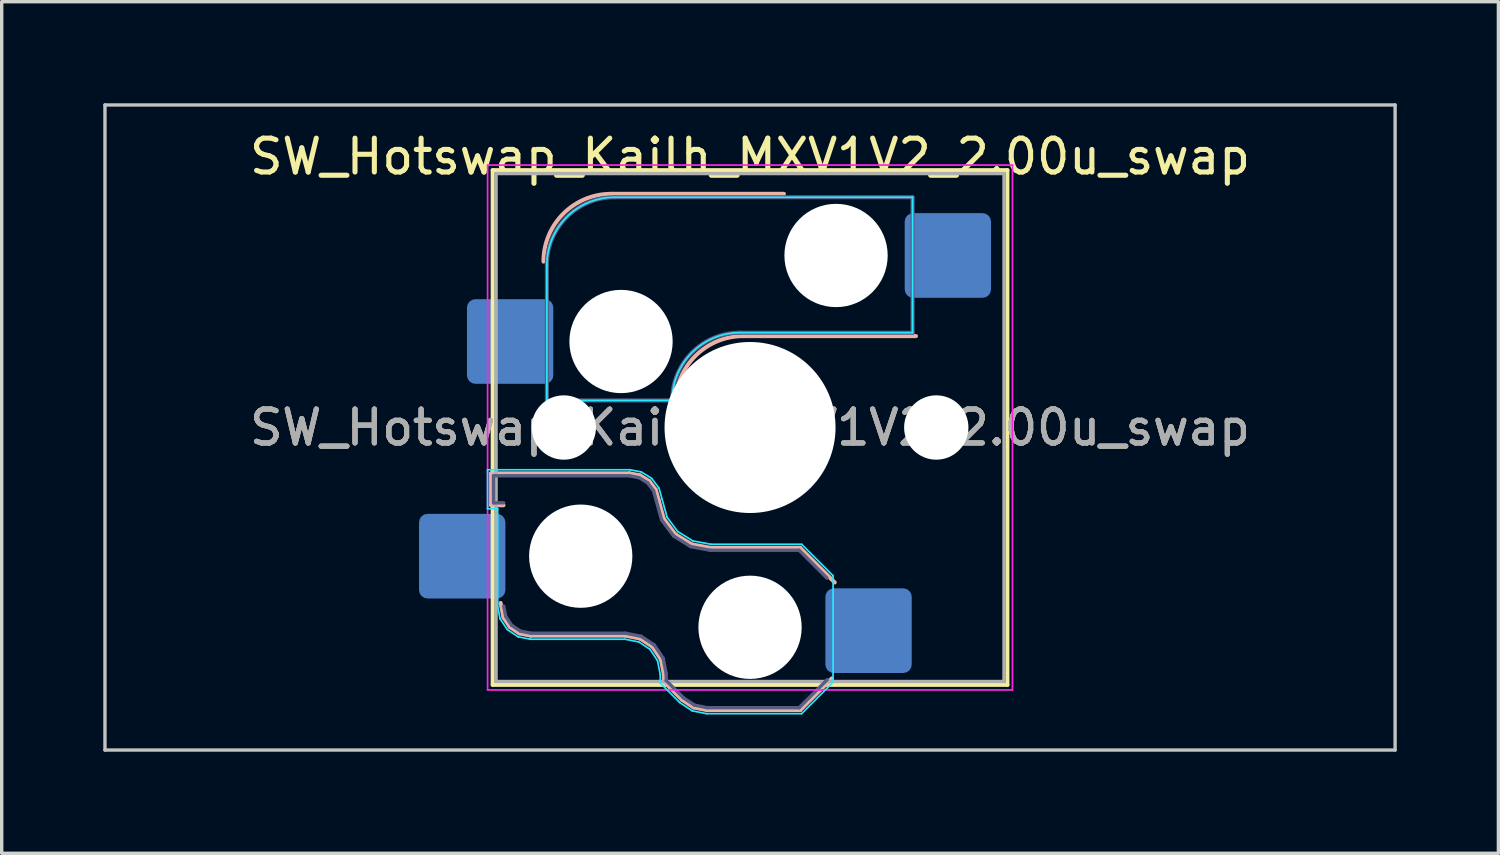
<source format=kicad_pcb>
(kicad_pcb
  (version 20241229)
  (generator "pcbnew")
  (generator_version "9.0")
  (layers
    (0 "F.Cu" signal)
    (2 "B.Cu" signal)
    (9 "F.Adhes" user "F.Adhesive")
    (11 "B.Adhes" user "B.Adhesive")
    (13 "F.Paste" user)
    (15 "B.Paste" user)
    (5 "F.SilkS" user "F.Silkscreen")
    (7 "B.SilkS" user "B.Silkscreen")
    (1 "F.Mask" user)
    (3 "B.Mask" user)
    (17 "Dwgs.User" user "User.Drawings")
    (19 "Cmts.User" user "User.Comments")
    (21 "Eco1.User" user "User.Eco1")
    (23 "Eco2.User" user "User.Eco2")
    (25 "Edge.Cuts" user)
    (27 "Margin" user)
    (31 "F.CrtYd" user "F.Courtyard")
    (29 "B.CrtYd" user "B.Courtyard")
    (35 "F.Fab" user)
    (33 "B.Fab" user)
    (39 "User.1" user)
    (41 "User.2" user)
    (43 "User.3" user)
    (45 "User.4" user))
  (footprint "SW_Hotswap_Kailh_MXV1V2_2.00u_swap"
    (layer "F.Cu")
    (at 19.1 9.575)
    (property "Reference" "SW_Hotswap_Kailh_MXV1V2_2.00u_swap" (at 0 -8 0) (layer "F.SilkS") (effects (font (size 1 1) (thickness 0.15))))
    (attr smd)
    (fp_line (start -7.6 -7.6) (end -7.6 7.6) (stroke (width 0.12) (type solid)) (layer "F.SilkS"))
    (fp_line (start -7.6 7.6) (end 7.6 7.6) (stroke (width 0.12) (type solid)) (layer "F.SilkS"))
    (fp_line (start 7.6 -7.6) (end -7.6 -7.6) (stroke (width 0.12) (type solid)) (layer "F.SilkS"))
    (fp_line (start 7.6 7.6) (end 7.6 -7.6) (stroke (width 0.12) (type solid)) (layer "F.SilkS"))
    (fp_line (start -7.646 1.354) (end -3.56 1.354) (stroke (width 0.12) (type solid)) (layer "B.SilkS"))
    (fp_line (start -7.646 2.296) (end -7.646 1.354) (stroke (width 0.12) (type solid)) (layer "B.SilkS"))
    (fp_line (start -7.283 2.296) (end -7.646 2.296) (stroke (width 0.12) (type solid)) (layer "B.SilkS"))
    (fp_line (start -7.281 5.609) (end -7.366 5.182) (stroke (width 0.12) (type solid)) (layer "B.SilkS"))
    (fp_line (start -7.092 5.892) (end -7.281 5.609) (stroke (width 0.12) (type solid)) (layer "B.SilkS"))
    (fp_line (start -6.809 6.081) (end -7.092 5.892) (stroke (width 0.12) (type solid)) (layer "B.SilkS"))
    (fp_line (start -6.482 6.146) (end -6.809 6.081) (stroke (width 0.12) (type solid)) (layer "B.SilkS"))
    (fp_line (start -4.1 -6.9) (end 1 -6.9) (stroke (width 0.12) (type solid)) (layer "B.SilkS"))
    (fp_line (start -3.682 6.146) (end -6.482 6.146) (stroke (width 0.12) (type solid)) (layer "B.SilkS"))
    (fp_line (start -3.56 1.354) (end -3.25 1.413) (stroke (width 0.12) (type solid)) (layer "B.SilkS"))
    (fp_line (start -3.25 1.413) (end -2.976 1.583) (stroke (width 0.12) (type solid)) (layer "B.SilkS"))
    (fp_line (start -3.244 6.233) (end -3.682 6.146) (stroke (width 0.12) (type solid)) (layer "B.SilkS"))
    (fp_line (start -2.976 1.583) (end -2.783 1.841) (stroke (width 0.12) (type solid)) (layer "B.SilkS"))
    (fp_line (start -2.877 6.477) (end -3.244 6.233) (stroke (width 0.12) (type solid)) (layer "B.SilkS"))
    (fp_line (start -2.783 1.841) (end -2.701 2.139) (stroke (width 0.12) (type solid)) (layer "B.SilkS"))
    (fp_line (start -2.701 2.139) (end -2.547 2.697) (stroke (width 0.12) (type solid)) (layer "B.SilkS"))
    (fp_line (start -2.633 6.844) (end -2.877 6.477) (stroke (width 0.12) (type solid)) (layer "B.SilkS"))
    (fp_line (start -2.547 2.697) (end -2.209 3.15) (stroke (width 0.12) (type solid)) (layer "B.SilkS"))
    (fp_line (start -2.546 7.282) (end -2.633 6.844) (stroke (width 0.12) (type solid)) (layer "B.SilkS"))
    (fp_line (start -2.546 7.504) (end -2.546 7.282) (stroke (width 0.12) (type solid)) (layer "B.SilkS"))
    (fp_line (start -2.209 3.15) (end -1.73 3.449) (stroke (width 0.12) (type solid)) (layer "B.SilkS"))
    (fp_line (start -2.013 8.037) (end -2.546 7.504) (stroke (width 0.12) (type solid)) (layer "B.SilkS"))
    (fp_line (start -1.73 3.449) (end -1.168 3.554) (stroke (width 0.12) (type solid)) (layer "B.SilkS"))
    (fp_line (start -1.671 8.266) (end -2.013 8.037) (stroke (width 0.12) (type solid)) (layer "B.SilkS"))
    (fp_line (start -1.268 8.346) (end -1.671 8.266) (stroke (width 0.12) (type solid)) (layer "B.SilkS"))
    (fp_line (start -1.168 3.554) (end 1.479 3.554) (stroke (width 0.12) (type solid)) (layer "B.SilkS"))
    (fp_line (start -0.2 -2.7) (end 4.9 -2.7) (stroke (width 0.12) (type solid)) (layer "B.SilkS"))
    (fp_line (start 1.479 3.554) (end 2.5 4.575) (stroke (width 0.12) (type solid)) (layer "B.SilkS"))
    (fp_line (start 1.479 8.346) (end -1.268 8.346) (stroke (width 0.12) (type solid)) (layer "B.SilkS"))
    (fp_line (start 2.416 7.409) (end 1.479 8.346) (stroke (width 0.12) (type solid)) (layer "B.SilkS"))
    (fp_arc (start -6.1 -4.9) (mid -5.514214 -6.314214) (end -4.1 -6.9) (stroke (width 0.12) (type solid)) (layer "B.SilkS"))
    (fp_arc (start -2.2 -0.7) (mid -1.614214 -2.114214) (end -0.2 -2.7) (stroke (width 0.12) (type solid)) (layer "B.SilkS"))
    (fp_line (start -19.05 -9.525) (end -19.05 9.525) (stroke (width 0.1) (type solid)) (layer "Dwgs.User"))
    (fp_line (start -19.05 9.525) (end 19.05 9.525) (stroke (width 0.1) (type solid)) (layer "Dwgs.User"))
    (fp_line (start 19.05 -9.525) (end -19.05 -9.525) (stroke (width 0.1) (type solid)) (layer "Dwgs.User"))
    (fp_line (start 19.05 9.525) (end 19.05 -9.525) (stroke (width 0.1) (type solid)) (layer "Dwgs.User"))
    (fp_line (start -7.752 1.248) (end -3.55 1.248) (stroke (width 0.05) (type solid)) (layer "B.CrtYd"))
    (fp_line (start -7.752 2.402) (end -7.752 1.248) (stroke (width 0.05) (type solid)) (layer "B.CrtYd"))
    (fp_line (start -7.452 2.402) (end -7.752 2.402) (stroke (width 0.05) (type solid)) (layer "B.CrtYd"))
    (fp_line (start -7.452 5.292) (end -7.452 2.402) (stroke (width 0.05) (type solid)) (layer "B.CrtYd"))
    (fp_line (start -7.381 5.65) (end -7.452 5.292) (stroke (width 0.05) (type solid)) (layer "B.CrtYd"))
    (fp_line (start -7.168 5.968) (end -7.381 5.65) (stroke (width 0.05) (type solid)) (layer "B.CrtYd"))
    (fp_line (start -6.85 6.181) (end -7.168 5.968) (stroke (width 0.05) (type solid)) (layer "B.CrtYd"))
    (fp_line (start -6.492 6.252) (end -6.85 6.181) (stroke (width 0.05) (type solid)) (layer "B.CrtYd"))
    (fp_line (start -6 -0.8) (end -6 -4.8) (stroke (width 0.05) (type solid)) (layer "B.CrtYd"))
    (fp_line (start -6 -0.8) (end -2.3 -0.8) (stroke (width 0.05) (type solid)) (layer "B.CrtYd"))
    (fp_line (start -4 -6.8) (end 4.8 -6.8) (stroke (width 0.05) (type solid)) (layer "B.CrtYd"))
    (fp_line (start -3.692 6.252) (end -6.492 6.252) (stroke (width 0.05) (type solid)) (layer "B.CrtYd"))
    (fp_line (start -3.55 1.248) (end -3.211 1.312) (stroke (width 0.05) (type solid)) (layer "B.CrtYd"))
    (fp_line (start -3.285 6.333) (end -3.692 6.252) (stroke (width 0.05) (type solid)) (layer "B.CrtYd"))
    (fp_line (start -3.211 1.312) (end -2.903 1.503) (stroke (width 0.05) (type solid)) (layer "B.CrtYd"))
    (fp_line (start -2.953 6.553) (end -3.285 6.333) (stroke (width 0.05) (type solid)) (layer "B.CrtYd"))
    (fp_line (start -2.903 1.503) (end -2.687 1.794) (stroke (width 0.05) (type solid)) (layer "B.CrtYd"))
    (fp_line (start -2.733 6.885) (end -2.953 6.553) (stroke (width 0.05) (type solid)) (layer "B.CrtYd"))
    (fp_line (start -2.687 1.794) (end -2.599 2.111) (stroke (width 0.05) (type solid)) (layer "B.CrtYd"))
    (fp_line (start -2.652 7.292) (end -2.733 6.885) (stroke (width 0.05) (type solid)) (layer "B.CrtYd"))
    (fp_line (start -2.652 7.548) (end -2.652 7.292) (stroke (width 0.05) (type solid)) (layer "B.CrtYd"))
    (fp_line (start -2.599 2.111) (end -2.45 2.65) (stroke (width 0.05) (type solid)) (layer "B.CrtYd"))
    (fp_line (start -2.45 2.65) (end -2.136 3.071) (stroke (width 0.05) (type solid)) (layer "B.CrtYd"))
    (fp_line (start -2.136 3.071) (end -1.691 3.348) (stroke (width 0.05) (type solid)) (layer "B.CrtYd"))
    (fp_line (start -2.081 8.119) (end -2.652 7.548) (stroke (width 0.05) (type solid)) (layer "B.CrtYd"))
    (fp_line (start -1.712 8.366) (end -2.081 8.119) (stroke (width 0.05) (type solid)) (layer "B.CrtYd"))
    (fp_line (start -1.691 3.348) (end -1.159 3.448) (stroke (width 0.05) (type solid)) (layer "B.CrtYd"))
    (fp_line (start -1.278 8.452) (end -1.712 8.366) (stroke (width 0.05) (type solid)) (layer "B.CrtYd"))
    (fp_line (start -1.159 3.448) (end 1.523 3.448) (stroke (width 0.05) (type solid)) (layer "B.CrtYd"))
    (fp_line (start -0.3 -2.8) (end 4.8 -2.8) (stroke (width 0.05) (type solid)) (layer "B.CrtYd"))
    (fp_line (start 1.523 3.448) (end 2.452 4.377) (stroke (width 0.05) (type solid)) (layer "B.CrtYd"))
    (fp_line (start 1.523 8.452) (end -1.278 8.452) (stroke (width 0.05) (type solid)) (layer "B.CrtYd"))
    (fp_line (start 2.452 4.377) (end 2.452 7.523) (stroke (width 0.05) (type solid)) (layer "B.CrtYd"))
    (fp_line (start 2.452 7.523) (end 1.523 8.452) (stroke (width 0.05) (type solid)) (layer "B.CrtYd"))
    (fp_line (start 4.8 -6.8) (end 4.8 -2.8) (stroke (width 0.05) (type solid)) (layer "B.CrtYd"))
    (fp_arc (start -6 -4.8) (mid -5.414214 -6.214214) (end -4 -6.8) (stroke (width 0.05) (type solid)) (layer "B.CrtYd"))
    (fp_arc (start -2.3 -0.8) (mid -1.714214 -2.214214) (end -0.3 -2.8) (stroke (width 0.05) (type solid)) (layer "B.CrtYd"))
    (fp_line (start -7.75 -7.75) (end -7.75 7.75) (stroke (width 0.05) (type solid)) (layer "F.CrtYd"))
    (fp_line (start -7.75 7.75) (end 7.75 7.75) (stroke (width 0.05) (type solid)) (layer "F.CrtYd"))
    (fp_line (start 7.75 -7.75) (end -7.75 -7.75) (stroke (width 0.05) (type solid)) (layer "F.CrtYd"))
    (fp_line (start 7.75 7.75) (end 7.75 -7.75) (stroke (width 0.05) (type solid)) (layer "F.CrtYd"))
    (fp_line (start -7.575 1.425) (end -3.567 1.425) (stroke (width 0.1) (type solid)) (layer "B.Fab"))
    (fp_line (start -7.575 2.225) (end -7.575 1.425) (stroke (width 0.1) (type solid)) (layer "B.Fab"))
    (fp_line (start -7.275 2.225) (end -7.575 2.225) (stroke (width 0.1) (type solid)) (layer "B.Fab"))
    (fp_line (start -7.214 5.581) (end -7.275 5.275) (stroke (width 0.1) (type solid)) (layer "B.Fab"))
    (fp_line (start -7.041 5.841) (end -7.214 5.581) (stroke (width 0.1) (type solid)) (layer "B.Fab"))
    (fp_line (start -6.781 6.014) (end -7.041 5.841) (stroke (width 0.1) (type solid)) (layer "B.Fab"))
    (fp_line (start -6.475 6.075) (end -6.781 6.014) (stroke (width 0.1) (type solid)) (layer "B.Fab"))
    (fp_line (start -6 -0.8) (end -6 -4.8) (stroke (width 0.12) (type solid)) (layer "B.Fab"))
    (fp_line (start -6 -0.8) (end -2.3 -0.8) (stroke (width 0.12) (type solid)) (layer "B.Fab"))
    (fp_line (start -4 -6.8) (end 4.8 -6.8) (stroke (width 0.12) (type solid)) (layer "B.Fab"))
    (fp_line (start -3.675 6.075) (end -6.475 6.075) (stroke (width 0.1) (type solid)) (layer "B.Fab"))
    (fp_line (start -3.567 1.425) (end -3.276 1.48) (stroke (width 0.1) (type solid)) (layer "B.Fab"))
    (fp_line (start -3.276 1.48) (end -3.025 1.636) (stroke (width 0.1) (type solid)) (layer "B.Fab"))
    (fp_line (start -3.216 6.166) (end -3.675 6.075) (stroke (width 0.1) (type solid)) (layer "B.Fab"))
    (fp_line (start -3.025 1.636) (end -2.848 1.873) (stroke (width 0.1) (type solid)) (layer "B.Fab"))
    (fp_line (start -2.848 1.873) (end -2.769 2.158) (stroke (width 0.1) (type solid)) (layer "B.Fab"))
    (fp_line (start -2.826 6.426) (end -3.216 6.166) (stroke (width 0.1) (type solid)) (layer "B.Fab"))
    (fp_line (start -2.769 2.158) (end -2.612 2.729) (stroke (width 0.1) (type solid)) (layer "B.Fab"))
    (fp_line (start -2.612 2.729) (end -2.258 3.203) (stroke (width 0.1) (type solid)) (layer "B.Fab"))
    (fp_line (start -2.566 6.816) (end -2.826 6.426) (stroke (width 0.1) (type solid)) (layer "B.Fab"))
    (fp_line (start -2.475 7.275) (end -2.566 6.816) (stroke (width 0.1) (type solid)) (layer "B.Fab"))
    (fp_line (start -2.475 7.475) (end -2.475 7.275) (stroke (width 0.1) (type solid)) (layer "B.Fab"))
    (fp_line (start -2.258 3.203) (end -1.756 3.516) (stroke (width 0.1) (type solid)) (layer "B.Fab"))
    (fp_line (start -1.968 7.982) (end -2.475 7.475) (stroke (width 0.1) (type solid)) (layer "B.Fab"))
    (fp_line (start -1.756 3.516) (end -1.175 3.625) (stroke (width 0.1) (type solid)) (layer "B.Fab"))
    (fp_line (start -1.643 8.199) (end -1.968 7.982) (stroke (width 0.1) (type solid)) (layer "B.Fab"))
    (fp_line (start -1.261 8.275) (end -1.643 8.199) (stroke (width 0.1) (type solid)) (layer "B.Fab"))
    (fp_line (start -1.175 3.625) (end 1.45 3.625) (stroke (width 0.1) (type solid)) (layer "B.Fab"))
    (fp_line (start -0.3 -2.8) (end 4.8 -2.8) (stroke (width 0.12) (type solid)) (layer "B.Fab"))
    (fp_line (start 1.45 3.625) (end 2.275 4.45) (stroke (width 0.1) (type solid)) (layer "B.Fab"))
    (fp_line (start 1.45 8.275) (end -1.261 8.275) (stroke (width 0.1) (type solid)) (layer "B.Fab"))
    (fp_line (start 2.275 7.45) (end 1.45 8.275) (stroke (width 0.1) (type solid)) (layer "B.Fab"))
    (fp_line (start 4.8 -6.8) (end 4.8 -2.8) (stroke (width 0.12) (type solid)) (layer "B.Fab"))
    (fp_arc (start -6 -4.8) (mid -5.414214 -6.214214) (end -4 -6.8) (stroke (width 0.12) (type solid)) (layer "B.Fab"))
    (fp_arc (start -2.3 -0.8) (mid -1.714214 -2.214214) (end -0.3 -2.8) (stroke (width 0.12) (type solid)) (layer "B.Fab"))
    (fp_line (start -7.5 -7.5) (end -7.5 7.5) (stroke (width 0.1) (type solid)) (layer "F.Fab"))
    (fp_line (start -7.5 7.5) (end 7.5 7.5) (stroke (width 0.1) (type solid)) (layer "F.Fab"))
    (fp_line (start 7.5 -7.5) (end -7.5 -7.5) (stroke (width 0.1) (type solid)) (layer "F.Fab"))
    (fp_line (start 7.5 7.5) (end 7.5 -7.5) (stroke (width 0.1) (type solid)) (layer "F.Fab"))
    (fp_text user "${REFERENCE}" (at 0 0 180) (layer "F.Fab") (effects (font (size 1 1) (thickness 0.15))))
    (fp_text user "${REFERENCE}" (at 0 0 180) (layer "F.Fab") (effects (font (size 1 1) (thickness 0.15))))
    (fp_text user "${REFERENCE}" (at 0 0 0) (layer "F.Fab") (effects (font (size 1 1) (thickness 0.15))))
    (pad "" np_thru_hole circle (at -5.5 0 180) (size 1.9 1.9) (drill 1.9) (layers "*.Cu" "*.Mask"))
    (pad "" np_thru_hole circle (at -5 3.8 180) (size 3.05 3.05) (drill 3.05) (layers "*.Cu" "*.Mask"))
    (pad "" np_thru_hole circle (at -3.81 -2.54) (size 3.05 3.05) (drill 3.05) (layers "*.Cu" "*.Mask"))
    (pad "" np_thru_hole circle (at 0 0 180) (size 5.05 5.05) (drill 5.05) (layers "*.Cu" "*.Mask"))
    (pad "" np_thru_hole circle (at 0 5.9 180) (size 3.05 3.05) (drill 3.05) (layers "*.Cu" "*.Mask"))
    (pad "" np_thru_hole circle (at 2.54 -5.08) (size 3.05 3.05) (drill 3.05) (layers "*.Cu" "*.Mask"))
    (pad "" np_thru_hole circle (at 5.5 0 180) (size 1.9 1.9) (drill 1.9) (layers "*.Cu" "*.Mask"))
    (pad "1" smd roundrect (at -8.5 3.8 180) (size 2.55 2.5) (layers "B.Cu" "B.Mask" "B.Paste") (roundrect_rratio 0.1))
    (pad "1" smd roundrect (at -7.085 -2.54) (size 2.55 2.5) (layers "B.Cu" "B.Mask" "B.Paste") (roundrect_rratio 0.1))
    (pad "2" smd roundrect (at 3.5 6 180) (size 2.55 2.5) (layers "B.Cu" "B.Mask" "B.Paste") (roundrect_rratio 0.1))
    (pad "2" smd roundrect (at 5.842 -5.08) (size 2.55 2.5) (layers "B.Cu" "B.Mask" "B.Paste") (roundrect_rratio 0.1)))
  (gr_rect
    (start -3 -3)
    (end 41.2 22.15)
    (stroke (width 0.1) (type default))
    (fill no)
    (layer "Edge.Cuts")))
</source>
